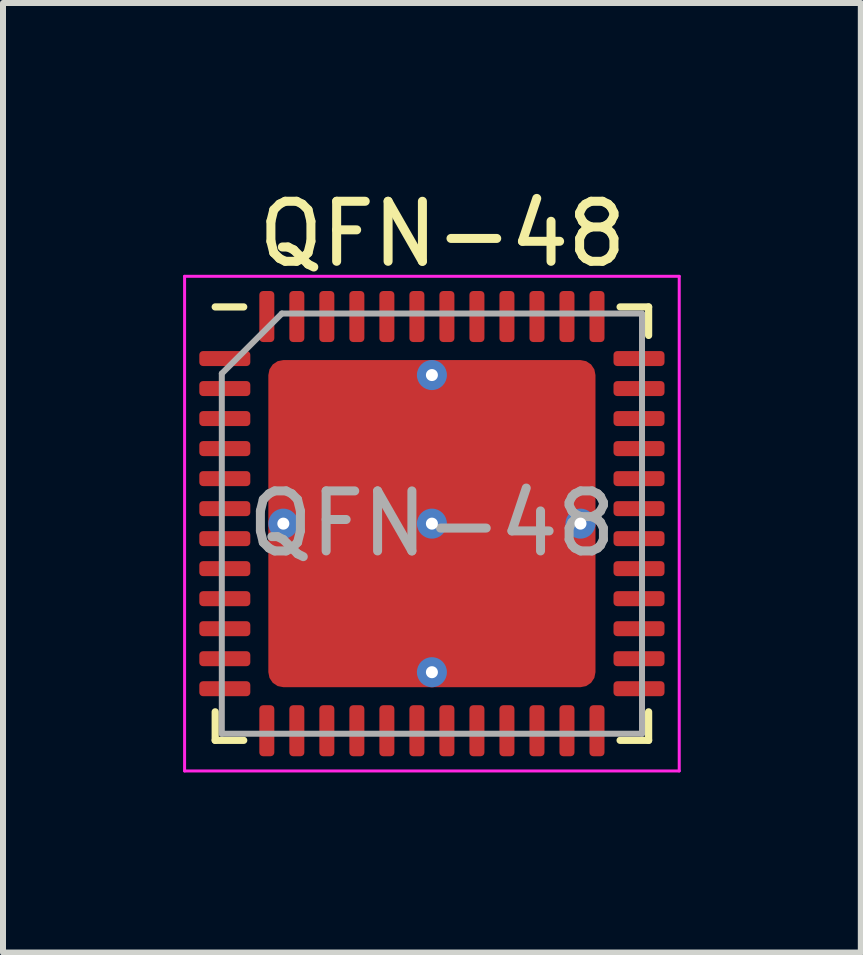
<source format=kicad_pcb>
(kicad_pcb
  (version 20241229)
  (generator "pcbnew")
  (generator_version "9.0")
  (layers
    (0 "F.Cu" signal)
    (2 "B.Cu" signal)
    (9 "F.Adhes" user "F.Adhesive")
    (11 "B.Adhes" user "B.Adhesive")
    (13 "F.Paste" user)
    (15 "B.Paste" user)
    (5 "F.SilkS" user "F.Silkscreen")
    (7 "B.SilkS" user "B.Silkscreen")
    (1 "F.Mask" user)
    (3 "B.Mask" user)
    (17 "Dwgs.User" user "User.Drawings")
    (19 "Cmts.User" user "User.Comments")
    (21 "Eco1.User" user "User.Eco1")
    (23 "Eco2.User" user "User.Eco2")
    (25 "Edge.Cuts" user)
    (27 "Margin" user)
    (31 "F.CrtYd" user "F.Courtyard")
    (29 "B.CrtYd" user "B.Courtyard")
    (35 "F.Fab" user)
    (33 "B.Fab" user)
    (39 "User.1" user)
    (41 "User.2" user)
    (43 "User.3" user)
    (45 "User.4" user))
  (footprint "QFN-48"
    (layer "F.Cu")
    (at 4.395 5.698)
    (property "Reference" "QFN-48" (at -0.075 -4.85 0) (layer "F.SilkS") (effects (font (size 1 1) (thickness 0.15))))
    (attr through_hole)
    (fp_line (start -3.86 3.585) (end -3.86 3.11) (stroke (width 0.12) (type solid)) (layer "F.SilkS"))
    (fp_line (start -3.385 -3.635) (end -3.86 -3.635) (stroke (width 0.12) (type solid)) (layer "F.SilkS"))
    (fp_line (start -3.385 3.585) (end -3.86 3.585) (stroke (width 0.12) (type solid)) (layer "F.SilkS"))
    (fp_line (start 2.885 -3.635) (end 3.36 -3.635) (stroke (width 0.12) (type solid)) (layer "F.SilkS"))
    (fp_line (start 2.885 3.585) (end 3.36 3.585) (stroke (width 0.12) (type solid)) (layer "F.SilkS"))
    (fp_line (start 3.36 -3.635) (end 3.36 -3.16) (stroke (width 0.12) (type solid)) (layer "F.SilkS"))
    (fp_line (start 3.36 3.585) (end 3.36 3.11) (stroke (width 0.12) (type solid)) (layer "F.SilkS"))
    (fp_line (start -4.37 -4.145) (end -4.37 4.095) (stroke (width 0.05) (type solid)) (layer "F.CrtYd"))
    (fp_line (start -4.37 4.095) (end 3.87 4.095) (stroke (width 0.05) (type solid)) (layer "F.CrtYd"))
    (fp_line (start 3.87 -4.145) (end -4.37 -4.145) (stroke (width 0.05) (type solid)) (layer "F.CrtYd"))
    (fp_line (start 3.87 4.095) (end 3.87 -4.145) (stroke (width 0.05) (type solid)) (layer "F.CrtYd"))
    (fp_line (start -3.75 -2.525) (end -2.75 -3.525) (stroke (width 0.1) (type solid)) (layer "F.Fab"))
    (fp_line (start -3.75 3.475) (end -3.75 -2.525) (stroke (width 0.1) (type solid)) (layer "F.Fab"))
    (fp_line (start -2.75 -3.525) (end 3.25 -3.525) (stroke (width 0.1) (type solid)) (layer "F.Fab"))
    (fp_line (start 3.25 -3.525) (end 3.25 3.475) (stroke (width 0.1) (type solid)) (layer "F.Fab"))
    (fp_line (start 3.25 3.475) (end -3.75 3.475) (stroke (width 0.1) (type solid)) (layer "F.Fab"))
    (fp_text user "${REFERENCE}" (at -0.25 -0.025 0) (layer "F.Fab") (effects (font (size 1 1) (thickness 0.15))))
    (pad "" smd roundrect (at -2.106 -1.881) (size 1.098 1.098) (layers "F.Paste") (roundrect_rratio 0.228))
    (pad "" smd roundrect (at -2.106 -0.644) (size 1.098 1.098) (layers "F.Paste") (roundrect_rratio 0.228))
    (pad "" smd roundrect (at -2.106 0.594) (size 1.098 1.098) (layers "F.Paste") (roundrect_rratio 0.228))
    (pad "" smd roundrect (at -2.106 1.831) (size 1.098 1.098) (layers "F.Paste") (roundrect_rratio 0.228))
    (pad "" smd roundrect (at -0.869 -1.881) (size 1.098 1.098) (layers "F.Paste") (roundrect_rratio 0.228))
    (pad "" smd roundrect (at -0.869 -0.644) (size 1.098 1.098) (layers "F.Paste") (roundrect_rratio 0.228))
    (pad "" smd roundrect (at -0.869 0.594) (size 1.098 1.098) (layers "F.Paste") (roundrect_rratio 0.228))
    (pad "" smd roundrect (at -0.869 1.831) (size 1.098 1.098) (layers "F.Paste") (roundrect_rratio 0.228))
    (pad "" smd roundrect (at 0.369 -1.881) (size 1.098 1.098) (layers "F.Paste") (roundrect_rratio 0.228))
    (pad "" smd roundrect (at 0.369 -0.644) (size 1.098 1.098) (layers "F.Paste") (roundrect_rratio 0.228))
    (pad "" smd roundrect (at 0.369 0.594) (size 1.098 1.098) (layers "F.Paste") (roundrect_rratio 0.228))
    (pad "" smd roundrect (at 0.369 1.831) (size 1.098 1.098) (layers "F.Paste") (roundrect_rratio 0.228))
    (pad "" smd roundrect (at 1.606 -1.881) (size 1.098 1.098) (layers "F.Paste") (roundrect_rratio 0.228))
    (pad "" smd roundrect (at 1.606 -0.644) (size 1.098 1.098) (layers "F.Paste") (roundrect_rratio 0.228))
    (pad "" smd roundrect (at 1.606 0.594) (size 1.098 1.098) (layers "F.Paste") (roundrect_rratio 0.228))
    (pad "" smd roundrect (at 1.606 1.831) (size 1.098 1.098) (layers "F.Paste") (roundrect_rratio 0.228))
    (pad "1" smd roundrect (at -3.7 -2.775) (size 0.85 0.25) (layers "F.Cu" "F.Mask" "F.Paste") (roundrect_rratio 0.25))
    (pad "2" smd roundrect (at -3.7 -2.275) (size 0.85 0.25) (layers "F.Cu" "F.Mask" "F.Paste") (roundrect_rratio 0.25))
    (pad "3" smd roundrect (at -3.7 -1.775) (size 0.85 0.25) (layers "F.Cu" "F.Mask" "F.Paste") (roundrect_rratio 0.25))
    (pad "4" smd roundrect (at -3.7 -1.275) (size 0.85 0.25) (layers "F.Cu" "F.Mask" "F.Paste") (roundrect_rratio 0.25))
    (pad "5" smd roundrect (at -3.7 -0.775) (size 0.85 0.25) (layers "F.Cu" "F.Mask" "F.Paste") (roundrect_rratio 0.25))
    (pad "6" smd roundrect (at -3.7 -0.275) (size 0.85 0.25) (layers "F.Cu" "F.Mask" "F.Paste") (roundrect_rratio 0.25))
    (pad "7" smd roundrect (at -3.7 0.225) (size 0.85 0.25) (layers "F.Cu" "F.Mask" "F.Paste") (roundrect_rratio 0.25))
    (pad "8" smd roundrect (at -3.7 0.725) (size 0.85 0.25) (layers "F.Cu" "F.Mask" "F.Paste") (roundrect_rratio 0.25))
    (pad "9" smd roundrect (at -3.7 1.225) (size 0.85 0.25) (layers "F.Cu" "F.Mask" "F.Paste") (roundrect_rratio 0.25))
    (pad "10" smd roundrect (at -3.7 1.725) (size 0.85 0.25) (layers "F.Cu" "F.Mask" "F.Paste") (roundrect_rratio 0.25))
    (pad "11" smd roundrect (at -3.7 2.225) (size 0.85 0.25) (layers "F.Cu" "F.Mask" "F.Paste") (roundrect_rratio 0.25))
    (pad "12" smd roundrect (at -3.7 2.725) (size 0.85 0.25) (layers "F.Cu" "F.Mask" "F.Paste") (roundrect_rratio 0.25))
    (pad "13" smd roundrect (at -3 3.425) (size 0.25 0.85) (layers "F.Cu" "F.Mask" "F.Paste") (roundrect_rratio 0.25))
    (pad "14" smd roundrect (at -2.5 3.425) (size 0.25 0.85) (layers "F.Cu" "F.Mask" "F.Paste") (roundrect_rratio 0.25))
    (pad "15" smd roundrect (at -2 3.425) (size 0.25 0.85) (layers "F.Cu" "F.Mask" "F.Paste") (roundrect_rratio 0.25))
    (pad "16" smd roundrect (at -1.5 3.425) (size 0.25 0.85) (layers "F.Cu" "F.Mask" "F.Paste") (roundrect_rratio 0.25))
    (pad "17" smd roundrect (at -1 3.425) (size 0.25 0.85) (layers "F.Cu" "F.Mask" "F.Paste") (roundrect_rratio 0.25))
    (pad "18" smd roundrect (at -0.5 3.425) (size 0.25 0.85) (layers "F.Cu" "F.Mask" "F.Paste") (roundrect_rratio 0.25))
    (pad "19" smd roundrect (at 0 3.425) (size 0.25 0.85) (layers "F.Cu" "F.Mask" "F.Paste") (roundrect_rratio 0.25))
    (pad "20" smd roundrect (at 0.5 3.425) (size 0.25 0.85) (layers "F.Cu" "F.Mask" "F.Paste") (roundrect_rratio 0.25))
    (pad "21" smd roundrect (at 1 3.425) (size 0.25 0.85) (layers "F.Cu" "F.Mask" "F.Paste") (roundrect_rratio 0.25))
    (pad "22" smd roundrect (at 1.5 3.425) (size 0.25 0.85) (layers "F.Cu" "F.Mask" "F.Paste") (roundrect_rratio 0.25))
    (pad "23" smd roundrect (at 2 3.425) (size 0.25 0.85) (layers "F.Cu" "F.Mask" "F.Paste") (roundrect_rratio 0.25))
    (pad "24" smd roundrect (at 2.5 3.425) (size 0.25 0.85) (layers "F.Cu" "F.Mask" "F.Paste") (roundrect_rratio 0.25))
    (pad "25" smd roundrect (at 3.2 2.725) (size 0.85 0.25) (layers "F.Cu" "F.Mask" "F.Paste") (roundrect_rratio 0.25))
    (pad "26" smd roundrect (at 3.2 2.225) (size 0.85 0.25) (layers "F.Cu" "F.Mask" "F.Paste") (roundrect_rratio 0.25))
    (pad "27" smd roundrect (at 3.2 1.725) (size 0.85 0.25) (layers "F.Cu" "F.Mask" "F.Paste") (roundrect_rratio 0.25))
    (pad "28" smd roundrect (at 3.2 1.225) (size 0.85 0.25) (layers "F.Cu" "F.Mask" "F.Paste") (roundrect_rratio 0.25))
    (pad "29" smd roundrect (at 3.2 0.725) (size 0.85 0.25) (layers "F.Cu" "F.Mask" "F.Paste") (roundrect_rratio 0.25))
    (pad "30" smd roundrect (at 3.2 0.225) (size 0.85 0.25) (layers "F.Cu" "F.Mask" "F.Paste") (roundrect_rratio 0.25))
    (pad "31" smd roundrect (at 3.2 -0.275) (size 0.85 0.25) (layers "F.Cu" "F.Mask" "F.Paste") (roundrect_rratio 0.25))
    (pad "32" smd roundrect (at 3.2 -0.775) (size 0.85 0.25) (layers "F.Cu" "F.Mask" "F.Paste") (roundrect_rratio 0.25))
    (pad "33" smd roundrect (at 3.2 -1.275) (size 0.85 0.25) (layers "F.Cu" "F.Mask" "F.Paste") (roundrect_rratio 0.25))
    (pad "34" smd roundrect (at 3.2 -1.775) (size 0.85 0.25) (layers "F.Cu" "F.Mask" "F.Paste") (roundrect_rratio 0.25))
    (pad "35" smd roundrect (at 3.2 -2.275) (size 0.85 0.25) (layers "F.Cu" "F.Mask" "F.Paste") (roundrect_rratio 0.25))
    (pad "36" smd roundrect (at 3.2 -2.775) (size 0.85 0.25) (layers "F.Cu" "F.Mask" "F.Paste") (roundrect_rratio 0.25))
    (pad "37" smd roundrect (at 2.5 -3.475) (size 0.25 0.85) (layers "F.Cu" "F.Mask" "F.Paste") (roundrect_rratio 0.25))
    (pad "38" smd roundrect (at 2 -3.475) (size 0.25 0.85) (layers "F.Cu" "F.Mask" "F.Paste") (roundrect_rratio 0.25))
    (pad "39" smd roundrect (at 1.5 -3.475) (size 0.25 0.85) (layers "F.Cu" "F.Mask" "F.Paste") (roundrect_rratio 0.25))
    (pad "40" smd roundrect (at 1 -3.475) (size 0.25 0.85) (layers "F.Cu" "F.Mask" "F.Paste") (roundrect_rratio 0.25))
    (pad "41" smd roundrect (at 0.5 -3.475) (size 0.25 0.85) (layers "F.Cu" "F.Mask" "F.Paste") (roundrect_rratio 0.25))
    (pad "42" smd roundrect (at 0 -3.475) (size 0.25 0.85) (layers "F.Cu" "F.Mask" "F.Paste") (roundrect_rratio 0.25))
    (pad "43" smd roundrect (at -0.5 -3.475) (size 0.25 0.85) (layers "F.Cu" "F.Mask" "F.Paste") (roundrect_rratio 0.25))
    (pad "44" smd roundrect (at -1 -3.475) (size 0.25 0.85) (layers "F.Cu" "F.Mask" "F.Paste") (roundrect_rratio 0.25))
    (pad "45" smd roundrect (at -1.5 -3.475) (size 0.25 0.85) (layers "F.Cu" "F.Mask" "F.Paste") (roundrect_rratio 0.25))
    (pad "46" smd roundrect (at -2 -3.475) (size 0.25 0.85) (layers "F.Cu" "F.Mask" "F.Paste") (roundrect_rratio 0.25))
    (pad "47" smd roundrect (at -2.5 -3.475) (size 0.25 0.85) (layers "F.Cu" "F.Mask" "F.Paste") (roundrect_rratio 0.25))
    (pad "48" smd roundrect (at -3 -3.475) (size 0.25 0.85) (layers "F.Cu" "F.Mask" "F.Paste") (roundrect_rratio 0.25))
    (pad "49" thru_hole circle (at -2.725 -0.025) (size 0.5 0.5) (drill 0.2) (layers "*.Cu"))
    (pad "49" thru_hole circle (at -0.25 -2.5) (size 0.5 0.5) (drill 0.2) (layers "*.Cu"))
    (pad "49" thru_hole circle (at -0.25 -0.025) (size 0.5 0.5) (drill 0.2) (layers "*.Cu"))
    (pad "49" smd roundrect (at -0.25 -0.025) (size 5.45 5.45) (layers "F.Cu" "F.Mask") (roundrect_rratio 0.046))
    (pad "49" thru_hole circle (at -0.25 2.45) (size 0.5 0.5) (drill 0.2) (layers "*.Cu"))
    (pad "49" thru_hole circle (at 2.225 -0.025) (size 0.5 0.5) (drill 0.2) (layers "*.Cu")))
  (gr_rect
    (start -3 -3)
    (end 11.29 12.818)
    (stroke (width 0.1) (type default))
    (fill no)
    (layer "Edge.Cuts")))
</source>
